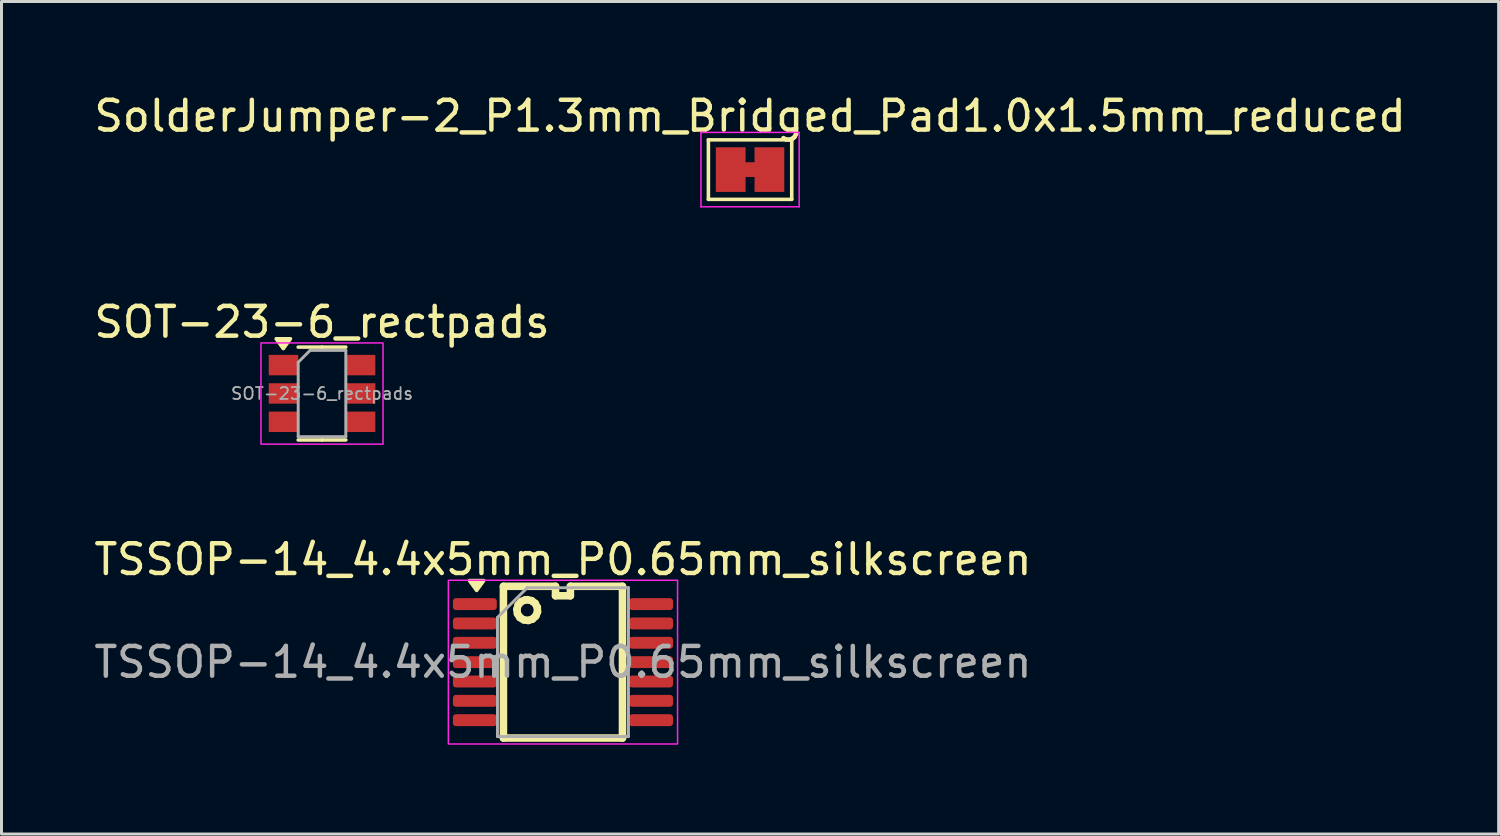
<source format=kicad_pcb>
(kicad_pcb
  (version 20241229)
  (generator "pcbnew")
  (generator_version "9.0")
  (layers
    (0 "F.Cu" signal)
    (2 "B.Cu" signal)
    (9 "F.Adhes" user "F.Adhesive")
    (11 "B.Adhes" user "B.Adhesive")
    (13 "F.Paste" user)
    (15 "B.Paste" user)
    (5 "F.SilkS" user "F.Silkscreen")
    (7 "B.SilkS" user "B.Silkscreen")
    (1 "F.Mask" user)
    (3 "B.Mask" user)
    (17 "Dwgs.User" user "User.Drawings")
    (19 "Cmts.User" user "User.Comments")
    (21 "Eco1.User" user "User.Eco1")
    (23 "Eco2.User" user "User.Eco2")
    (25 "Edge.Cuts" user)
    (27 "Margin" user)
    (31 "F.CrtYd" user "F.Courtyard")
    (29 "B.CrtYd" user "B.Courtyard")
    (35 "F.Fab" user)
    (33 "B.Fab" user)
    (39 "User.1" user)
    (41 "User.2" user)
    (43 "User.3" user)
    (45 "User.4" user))
  (footprint "SolderJumper-2_P1.3mm_Bridged_Pad1.0x1.5mm_reduced"
    (layer "F.Cu")
    (at 22.149 2.648)
    (property "Reference" "SolderJumper-2_P1.3mm_Bridged_Pad1.0x1.5mm_reduced" (at 0 -1.8 0) (layer "F.SilkS") (effects (font (size 1 1) (thickness 0.15))))
    (attr exclude_from_pos_files allow_soldermask_bridges)
    (fp_poly (pts (xy -0.25 -0.249) (xy 0.25 -0.249) (xy 0.25 0.249) (xy -0.25 0.249)) (stroke (width 0) (type solid)) (fill yes) (layer "F.Cu"))
    (fp_rect (start -0.15 -0.75) (end 0.15 0.75) (stroke (width 0) (type default)) (fill yes) (layer "F.Mask"))
    (fp_line (start -1.4 -1) (end 1.4 -1) (stroke (width 0.12) (type solid)) (layer "F.SilkS"))
    (fp_line (start -1.4 1) (end -1.4 -1) (stroke (width 0.12) (type solid)) (layer "F.SilkS"))
    (fp_line (start 1.4 -1) (end 1.4 1) (stroke (width 0.12) (type solid)) (layer "F.SilkS"))
    (fp_line (start 1.4 1) (end -1.4 1) (stroke (width 0.12) (type solid)) (layer "F.SilkS"))
    (fp_line (start -1.65 -1.25) (end -1.65 1.25) (stroke (width 0.05) (type solid)) (layer "F.CrtYd"))
    (fp_line (start -1.65 -1.25) (end 1.65 -1.25) (stroke (width 0.05) (type solid)) (layer "F.CrtYd"))
    (fp_line (start 1.65 1.25) (end -1.65 1.25) (stroke (width 0.05) (type solid)) (layer "F.CrtYd"))
    (fp_line (start 1.65 1.25) (end 1.65 -1.25) (stroke (width 0.05) (type solid)) (layer "F.CrtYd"))
    (pad "1" smd rect (at -0.65 0) (size 1 1.5) (layers "F.Cu" "F.Mask"))
    (pad "2" smd rect (at 0.65 0) (size 1 1.5) (layers "F.Cu" "F.Mask")))
  (footprint "SOT-23-6_rectpads"
    (layer "F.Cu")
    (at 7.768 10.171)
    (property "Reference" "SOT-23-6_rectpads" (at 0 -2.4 0) (layer "F.SilkS") (effects (font (size 1 1) (thickness 0.15))))
    (attr smd)
    (fp_line (start 0 -1.56) (end -0.8 -1.56) (stroke (width 0.12) (type solid)) (layer "F.SilkS"))
    (fp_line (start 0 -1.56) (end 0.8 -1.56) (stroke (width 0.12) (type solid)) (layer "F.SilkS"))
    (fp_line (start 0 1.56) (end -0.8 1.56) (stroke (width 0.12) (type solid)) (layer "F.SilkS"))
    (fp_line (start 0 1.56) (end 0.8 1.56) (stroke (width 0.12) (type solid)) (layer "F.SilkS"))
    (fp_poly (pts (xy -1.3 -1.51) (xy -1.54 -1.84) (xy -1.06 -1.84)) (stroke (width 0.12) (type solid)) (fill yes) (layer "F.SilkS"))
    (fp_rect (start -2.05 -1.7) (end 2.05 1.7) (stroke (width 0.05) (type solid)) (fill no) (layer "F.CrtYd"))
    (fp_line (start -0.8 -1.05) (end -0.4 -1.45) (stroke (width 0.1) (type solid)) (layer "F.Fab"))
    (fp_line (start -0.8 1.45) (end -0.8 -1.05) (stroke (width 0.1) (type solid)) (layer "F.Fab"))
    (fp_line (start -0.4 -1.45) (end 0.8 -1.45) (stroke (width 0.1) (type solid)) (layer "F.Fab"))
    (fp_line (start 0.8 -1.45) (end 0.8 1.45) (stroke (width 0.1) (type solid)) (layer "F.Fab"))
    (fp_line (start 0.8 1.45) (end -0.8 1.45) (stroke (width 0.1) (type solid)) (layer "F.Fab"))
    (fp_text user "${REFERENCE}" (at 0 0 0) (layer "F.Fab") (effects (font (size 0.4 0.4) (thickness 0.06))))
    (pad "1" smd rect (at -1.295 -0.955) (size 0.991 0.686) (layers "F.Cu" "F.Mask" "F.Paste"))
    (pad "2" smd rect (at -1.295 -0.003) (size 0.991 0.686) (layers "F.Cu" "F.Mask" "F.Paste"))
    (pad "3" smd rect (at -1.295 0.95) (size 0.991 0.686) (layers "F.Cu" "F.Mask" "F.Paste"))
    (pad "4" smd rect (at 1.296 0.95) (size 0.991 0.686) (layers "F.Cu" "F.Mask" "F.Paste"))
    (pad "5" smd rect (at 1.296 -0.003) (size 0.991 0.686) (layers "F.Cu" "F.Mask" "F.Paste"))
    (pad "6" smd rect (at 1.296 -0.955) (size 0.991 0.686) (layers "F.Cu" "F.Mask" "F.Paste")))
  (footprint "TSSOP-14_4.4x5mm_P0.65mm_silkscreen"
    (layer "F.Cu")
    (at 15.863 19.195)
    (property "Reference" "TSSOP-14_4.4x5mm_P0.65mm_silkscreen" (at 0 -3.45 180) (layer "F.SilkS") (effects (font (size 1 1) (thickness 0.15))))
    (attr smd)
    (fp_line (start -2 -2.548) (end -0.25 -2.548) (stroke (width 0.254) (type solid)) (layer "F.SilkS"))
    (fp_line (start -2 2.55) (end -2 -2.548) (stroke (width 0.254) (type solid)) (layer "F.SilkS"))
    (fp_line (start -1.548 -1.776) (end -1.505 -1.92) (stroke (width 0.254) (type solid)) (layer "F.SilkS"))
    (fp_line (start -1.528 -1.626) (end -1.548 -1.776) (stroke (width 0.254) (type solid)) (layer "F.SilkS"))
    (fp_line (start -1.505 -1.92) (end -1.403 -2.035) (stroke (width 0.254) (type solid)) (layer "F.SilkS"))
    (fp_line (start -1.447 -1.499) (end -1.528 -1.626) (stroke (width 0.254) (type solid)) (layer "F.SilkS"))
    (fp_line (start -1.403 -2.035) (end -1.264 -2.093) (stroke (width 0.254) (type solid)) (layer "F.SilkS"))
    (fp_line (start -1.317 -1.42) (end -1.447 -1.499) (stroke (width 0.254) (type solid)) (layer "F.SilkS"))
    (fp_line (start -1.264 -2.093) (end -1.2 -2.098) (stroke (width 0.254) (type solid)) (layer "F.SilkS"))
    (fp_line (start -1.2 -2.098) (end -1.053 -2.065) (stroke (width 0.254) (type solid)) (layer "F.SilkS"))
    (fp_line (start -1.167 -1.4) (end -1.317 -1.42) (stroke (width 0.254) (type solid)) (layer "F.SilkS"))
    (fp_line (start -1.053 -2.065) (end -0.933 -1.974) (stroke (width 0.254) (type solid)) (layer "F.SilkS"))
    (fp_line (start -1.025 -1.445) (end -1.167 -1.4) (stroke (width 0.254) (type solid)) (layer "F.SilkS"))
    (fp_line (start -0.933 -1.974) (end -0.862 -1.839) (stroke (width 0.254) (type solid)) (layer "F.SilkS"))
    (fp_line (start -0.913 -1.55) (end -1.025 -1.445) (stroke (width 0.254) (type solid)) (layer "F.SilkS"))
    (fp_line (start -0.862 -1.839) (end -0.855 -1.689) (stroke (width 0.254) (type solid)) (layer "F.SilkS"))
    (fp_line (start -0.855 -1.689) (end -0.913 -1.55) (stroke (width 0.254) (type solid)) (layer "F.SilkS"))
    (fp_line (start -0.25 -2.548) (end -0.25 -2.23) (stroke (width 0.254) (type solid)) (layer "F.SilkS"))
    (fp_line (start -0.25 -2.23) (end 0.25 -2.23) (stroke (width 0.254) (type solid)) (layer "F.SilkS"))
    (fp_line (start 0.25 -2.548) (end 2 -2.548) (stroke (width 0.254) (type solid)) (layer "F.SilkS"))
    (fp_line (start 0.25 -2.23) (end 0.25 -2.548) (stroke (width 0.254) (type solid)) (layer "F.SilkS"))
    (fp_line (start 2 -2.548) (end 2 2.55) (stroke (width 0.254) (type solid)) (layer "F.SilkS"))
    (fp_line (start 2 2.55) (end -2 2.55) (stroke (width 0.254) (type solid)) (layer "F.SilkS"))
    (fp_poly (pts (xy -2.9 -2.41) (xy -3.14 -2.74) (xy -2.66 -2.74)) (stroke (width 0.12) (type solid)) (fill yes) (layer "F.SilkS"))
    (fp_rect (start -3.85 -2.75) (end 3.85 2.75) (stroke (width 0.05) (type solid)) (fill no) (layer "F.CrtYd"))
    (fp_line (start -2.2 -1.5) (end -1.2 -2.5) (stroke (width 0.1) (type solid)) (layer "F.Fab"))
    (fp_line (start -2.2 2.5) (end -2.2 -1.5) (stroke (width 0.1) (type solid)) (layer "F.Fab"))
    (fp_line (start -1.2 -2.5) (end 2.2 -2.5) (stroke (width 0.1) (type solid)) (layer "F.Fab"))
    (fp_line (start 2.2 -2.5) (end 2.2 2.5) (stroke (width 0.1) (type solid)) (layer "F.Fab"))
    (fp_line (start 2.2 2.5) (end -2.2 2.5) (stroke (width 0.1) (type solid)) (layer "F.Fab"))
    (fp_text user "${REFERENCE}" (at 0 0 180) (layer "F.Fab") (effects (font (size 1 1) (thickness 0.15))))
    (pad "1" smd roundrect (at -2.96 -1.95) (size 1.475 0.4) (layers "F.Cu" "F.Mask" "F.Paste") (roundrect_rratio 0.25))
    (pad "2" smd roundrect (at -2.96 -1.3) (size 1.475 0.4) (layers "F.Cu" "F.Mask" "F.Paste") (roundrect_rratio 0.25))
    (pad "3" smd roundrect (at -2.96 -0.65) (size 1.475 0.4) (layers "F.Cu" "F.Mask" "F.Paste") (roundrect_rratio 0.25))
    (pad "4" smd roundrect (at -2.96 0) (size 1.475 0.4) (layers "F.Cu" "F.Mask" "F.Paste") (roundrect_rratio 0.25))
    (pad "5" smd roundrect (at -2.96 0.65) (size 1.475 0.4) (layers "F.Cu" "F.Mask" "F.Paste") (roundrect_rratio 0.25))
    (pad "6" smd roundrect (at -2.96 1.3) (size 1.475 0.4) (layers "F.Cu" "F.Mask" "F.Paste") (roundrect_rratio 0.25))
    (pad "7" smd roundrect (at -2.96 1.95) (size 1.475 0.4) (layers "F.Cu" "F.Mask" "F.Paste") (roundrect_rratio 0.25))
    (pad "8" smd roundrect (at 2.96 1.95) (size 1.475 0.4) (layers "F.Cu" "F.Mask" "F.Paste") (roundrect_rratio 0.25))
    (pad "9" smd roundrect (at 2.96 1.3) (size 1.475 0.4) (layers "F.Cu" "F.Mask" "F.Paste") (roundrect_rratio 0.25))
    (pad "10" smd roundrect (at 2.96 0.65) (size 1.475 0.4) (layers "F.Cu" "F.Mask" "F.Paste") (roundrect_rratio 0.25))
    (pad "11" smd roundrect (at 2.96 0) (size 1.475 0.4) (layers "F.Cu" "F.Mask" "F.Paste") (roundrect_rratio 0.25))
    (pad "12" smd roundrect (at 2.96 -0.65) (size 1.475 0.4) (layers "F.Cu" "F.Mask" "F.Paste") (roundrect_rratio 0.25))
    (pad "13" smd roundrect (at 2.96 -1.3) (size 1.475 0.4) (layers "F.Cu" "F.Mask" "F.Paste") (roundrect_rratio 0.25))
    (pad "14" smd roundrect (at 2.96 -1.95) (size 1.475 0.4) (layers "F.Cu" "F.Mask" "F.Paste") (roundrect_rratio 0.25)))
  (gr_rect
    (start -3 -3)
    (end 47.298 24.97)
    (stroke (width 0.1) (type default))
    (fill no)
    (layer "Edge.Cuts")))
</source>
